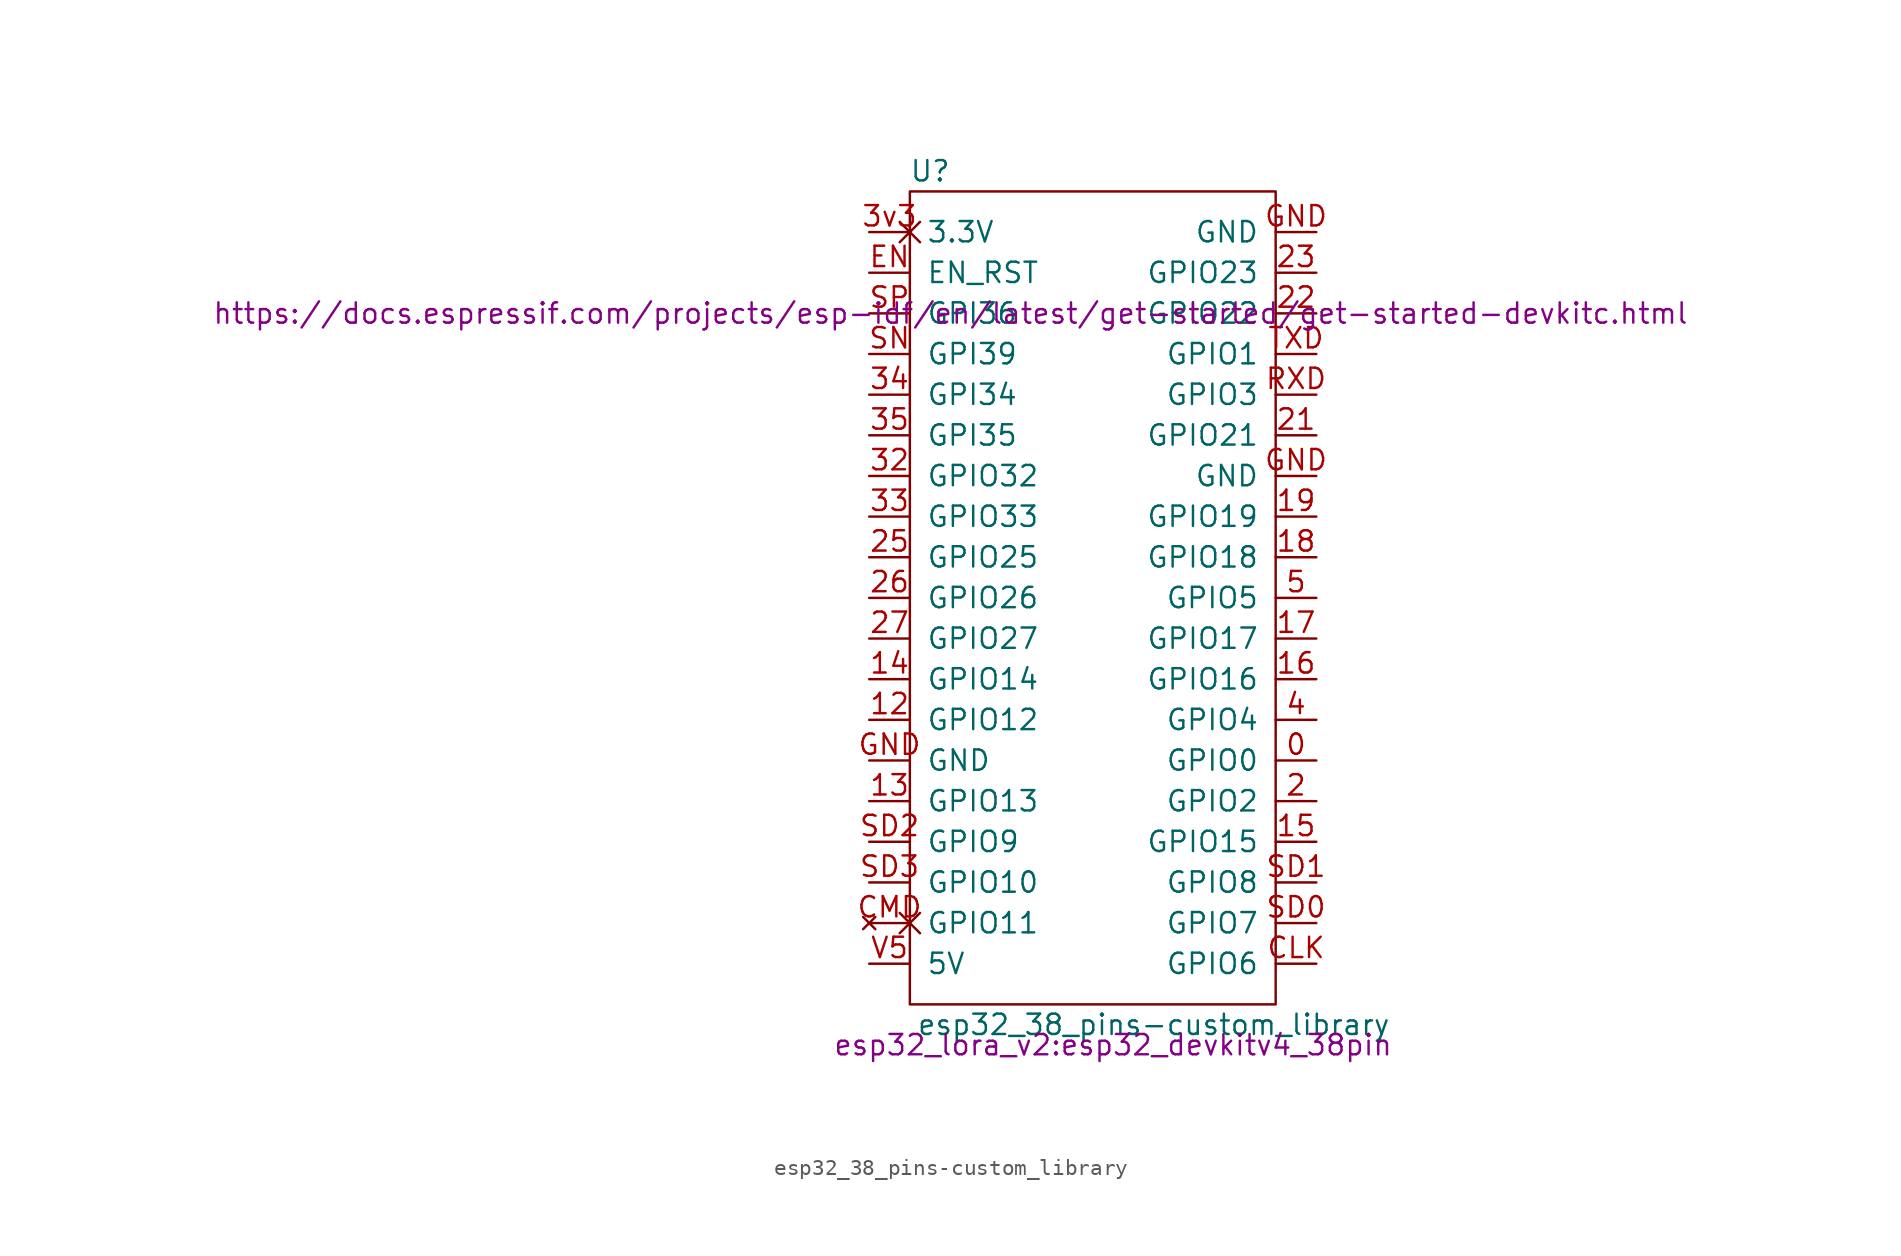
<source format=kicad_sym>
(kicad_symbol_lib
  (version 20211014)
  (generator kicad_symbol_editor)
  (symbol "esp32_38_pins-custom_library"
    (pin_names
      (offset 1.016))
    (property "Reference" "U"
      (at -1.27 8.89 0)
      (effects (font (size 1.27 1.27))))
    (property "Value" "esp32_38_pins-custom_library"
      (at 12.7 -44.45 0)
      (effects (font (size 1.27 1.27))))
    (property "Footprint" "esp32_lora_v2:esp32_devkitv4_38pin"
      (at 10.16 -45.72 0)
      (effects (font (size 1.27 1.27))))
    (property "Datasheet" "https://docs.espressif.com/projects/esp-idf/en/latest/get-started/get-started-devkitc.html"
      (at 0 0 0)
      (effects (font (size 1.27 1.27))))
    (symbol "esp32_38_pins-custom_library_0_1"
      (rectangle (start -2.54 7.62) (end 20.32 -43.18) (stroke (width 0) (type default) (color 0 0 0 0)) (fill (type none))))
    (symbol "esp32_38_pins-custom_library_1_1"
      (pin bidirectional line (at 22.86 -27.94 180) (length 2.54) (name "GPIO0" (effects (font (size 1.27 1.27)))) (number "0" (effects (font (size 1.27 1.27)))))
      (pin bidirectional line (at -5.08 -25.4 0) (length 2.54) (name "GPIO12" (effects (font (size 1.27 1.27)))) (number "12" (effects (font (size 1.27 1.27)))))
      (pin bidirectional line (at -5.08 -30.48 0) (length 2.54) (name "GPIO13" (effects (font (size 1.27 1.27)))) (number "13" (effects (font (size 1.27 1.27)))))
      (pin bidirectional line (at -5.08 -22.86 0) (length 2.54) (name "GPIO14" (effects (font (size 1.27 1.27)))) (number "14" (effects (font (size 1.27 1.27)))))
      (pin bidirectional line (at 22.86 -33.02 180) (length 2.54) (name "GPIO15" (effects (font (size 1.27 1.27)))) (number "15" (effects (font (size 1.27 1.27)))))
      (pin bidirectional line (at 22.86 -22.86 180) (length 2.54) (name "GPIO16" (effects (font (size 1.27 1.27)))) (number "16" (effects (font (size 1.27 1.27)))))
      (pin bidirectional line (at 22.86 -20.32 180) (length 2.54) (name "GPIO17" (effects (font (size 1.27 1.27)))) (number "17" (effects (font (size 1.27 1.27)))))
      (pin bidirectional line (at 22.86 -15.24 180) (length 2.54) (name "GPIO18" (effects (font (size 1.27 1.27)))) (number "18" (effects (font (size 1.27 1.27)))))
      (pin bidirectional line (at 22.86 -12.7 180) (length 2.54) (name "GPIO19" (effects (font (size 1.27 1.27)))) (number "19" (effects (font (size 1.27 1.27)))))
      (pin bidirectional line (at 22.86 -30.48 180) (length 2.54) (name "GPIO2" (effects (font (size 1.27 1.27)))) (number "2" (effects (font (size 1.27 1.27)))))
      (pin bidirectional line (at 22.86 -7.62 180) (length 2.54) (name "GPIO21" (effects (font (size 1.27 1.27)))) (number "21" (effects (font (size 1.27 1.27)))))
      (pin bidirectional line (at 22.86 0 180) (length 2.54) (name "GPIO22" (effects (font (size 1.27 1.27)))) (number "22" (effects (font (size 1.27 1.27)))))
      (pin bidirectional line (at 22.86 2.54 180) (length 2.54) (name "GPIO23" (effects (font (size 1.27 1.27)))) (number "23" (effects (font (size 1.27 1.27)))))
      (pin bidirectional line (at -5.08 -15.24 0) (length 2.54) (name "GPIO25" (effects (font (size 1.27 1.27)))) (number "25" (effects (font (size 1.27 1.27)))))
      (pin bidirectional line (at -5.08 -17.78 0) (length 2.54) (name "GPIO26" (effects (font (size 1.27 1.27)))) (number "26" (effects (font (size 1.27 1.27)))))
      (pin bidirectional line (at -5.08 -20.32 0) (length 2.54) (name "GPIO27" (effects (font (size 1.27 1.27)))) (number "27" (effects (font (size 1.27 1.27)))))
      (pin bidirectional line (at -5.08 -10.16 0) (length 2.54) (name "GPIO32" (effects (font (size 1.27 1.27)))) (number "32" (effects (font (size 1.27 1.27)))))
      (pin bidirectional line (at -5.08 -12.7 0) (length 2.54) (name "GPIO33" (effects (font (size 1.27 1.27)))) (number "33" (effects (font (size 1.27 1.27)))))
      (pin input line (at -5.08 -5.08 0) (length 2.54) (name "GPI34" (effects (font (size 1.27 1.27)))) (number "34" (effects (font (size 1.27 1.27)))))
      (pin input line (at -5.08 -7.62 0) (length 2.54) (name "GPI35" (effects (font (size 1.27 1.27)))) (number "35" (effects (font (size 1.27 1.27)))))
      (pin power_out non_logic (at -5.08 5.08 0) (length 2.54) (name "3.3V" (effects (font (size 1.27 1.27)))) (number "3v3" (effects (font (size 1.27 1.27)))))
      (pin bidirectional line (at 22.86 -25.4 180) (length 2.54) (name "GPIO4" (effects (font (size 1.27 1.27)))) (number "4" (effects (font (size 1.27 1.27)))))
      (pin bidirectional line (at 22.86 -17.78 180) (length 2.54) (name "GPIO5" (effects (font (size 1.27 1.27)))) (number "5" (effects (font (size 1.27 1.27)))))
      (pin bidirectional line (at 22.86 -40.64 180) (length 2.54) (name "GPIO6" (effects (font (size 1.27 1.27)))) (number "CLK" (effects (font (size 1.27 1.27)))))
      (pin no_connect non_logic (at -5.08 -38.1 0) (length 2.54) (name "GPIO11" (effects (font (size 1.27 1.27)))) (number "CMD" (effects (font (size 1.27 1.27)))))
      (pin bidirectional line (at -5.08 2.54 0) (length 2.54) (name "EN_RST" (effects (font (size 1.27 1.27)))) (number "EN" (effects (font (size 1.27 1.27)))))
      (pin power_in line (at -5.08 -27.94 0) (length 2.54) (name "GND" (effects (font (size 1.27 1.27)))) (number "GND" (effects (font (size 1.27 1.27)))))
      (pin tri_state line (at 22.86 -10.16 180) (length 2.54) (name "GND" (effects (font (size 1.27 1.27)))) (number "GND" (effects (font (size 1.27 1.27)))))
      (pin passive line (at 22.86 5.08 180) (length 2.54) (name "GND" (effects (font (size 1.27 1.27)))) (number "GND" (effects (font (size 1.27 1.27)))))
      (pin bidirectional line (at 22.86 -5.08 180) (length 2.54) (name "GPIO3" (effects (font (size 1.27 1.27)))) (number "RXD" (effects (font (size 1.27 1.27)))))
      (pin bidirectional line (at 22.86 -38.1 180) (length 2.54) (name "GPIO7" (effects (font (size 1.27 1.27)))) (number "SD0" (effects (font (size 1.27 1.27)))))
      (pin bidirectional line (at 22.86 -35.56 180) (length 2.54) (name "GPIO8" (effects (font (size 1.27 1.27)))) (number "SD1" (effects (font (size 1.27 1.27)))))
      (pin bidirectional line (at -5.08 -33.02 0) (length 2.54) (name "GPIO9" (effects (font (size 1.27 1.27)))) (number "SD2" (effects (font (size 1.27 1.27)))))
      (pin bidirectional line (at -5.08 -35.56 0) (length 2.54) (name "GPIO10" (effects (font (size 1.27 1.27)))) (number "SD3" (effects (font (size 1.27 1.27)))))
      (pin input line (at -5.08 -2.54 0) (length 2.54) (name "GPI39" (effects (font (size 1.27 1.27)))) (number "SN" (effects (font (size 1.27 1.27)))))
      (pin input line (at -5.08 0 0) (length 2.54) (name "GPI36" (effects (font (size 1.27 1.27)))) (number "SP" (effects (font (size 1.27 1.27)))))
      (pin bidirectional line (at 22.86 -2.54 180) (length 2.54) (name "GPIO1" (effects (font (size 1.27 1.27)))) (number "TXD" (effects (font (size 1.27 1.27)))))
      (pin power_in line (at -5.08 -40.64 0) (length 2.54) (name "5V" (effects (font (size 1.27 1.27)))) (number "V5" (effects (font (size 1.27 1.27))))))))
</source>
